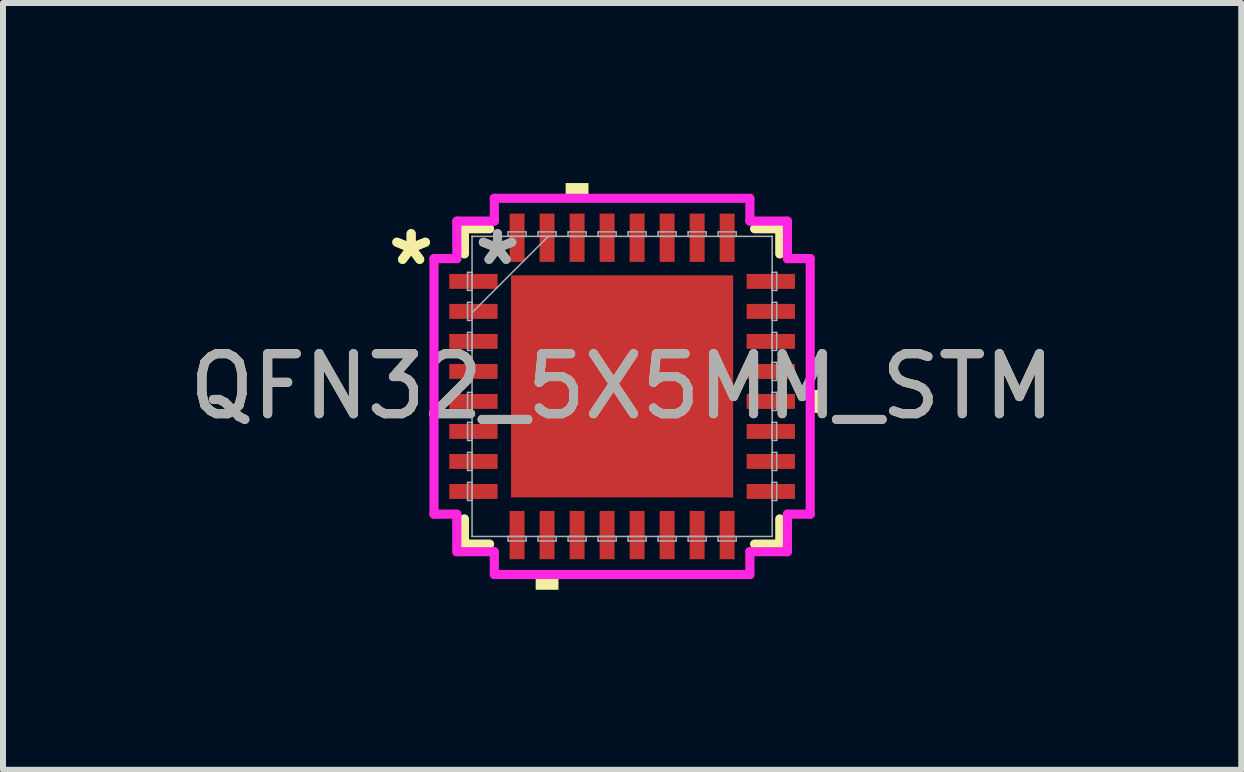
<source format=kicad_pcb>
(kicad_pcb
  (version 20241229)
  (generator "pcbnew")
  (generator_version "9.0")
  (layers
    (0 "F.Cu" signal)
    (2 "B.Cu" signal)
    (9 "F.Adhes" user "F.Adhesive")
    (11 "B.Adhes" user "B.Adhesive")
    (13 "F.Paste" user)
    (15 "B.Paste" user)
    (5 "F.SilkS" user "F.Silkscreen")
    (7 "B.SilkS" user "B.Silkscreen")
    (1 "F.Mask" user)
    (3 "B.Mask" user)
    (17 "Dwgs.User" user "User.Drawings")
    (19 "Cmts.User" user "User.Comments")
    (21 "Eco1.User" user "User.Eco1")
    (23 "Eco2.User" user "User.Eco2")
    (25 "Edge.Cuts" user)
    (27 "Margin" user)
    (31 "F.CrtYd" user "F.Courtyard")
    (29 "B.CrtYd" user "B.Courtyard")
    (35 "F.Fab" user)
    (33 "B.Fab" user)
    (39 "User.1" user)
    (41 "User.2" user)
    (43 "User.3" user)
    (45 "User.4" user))
  (footprint "QFN32_5X5MM_STM"
    (layer "F.Cu")
    (at 7.315 3.388)
    (property "Reference" "QFN32_5X5MM_STM" (at 0 0 0) (unlocked yes) (layer "F.SilkS") (effects (font (size 1 1) (thickness 0.15))))
    (attr smd)
    (fp_line (start -2.627 -2.627) (end -2.627 -2.207) (stroke (width 0.152) (type solid)) (layer "F.SilkS"))
    (fp_line (start -2.627 2.207) (end -2.627 2.627) (stroke (width 0.152) (type solid)) (layer "F.SilkS"))
    (fp_line (start -2.627 2.627) (end -2.207 2.627) (stroke (width 0.152) (type solid)) (layer "F.SilkS"))
    (fp_line (start -2.207 -2.627) (end -2.627 -2.627) (stroke (width 0.152) (type solid)) (layer "F.SilkS"))
    (fp_line (start 2.207 2.627) (end 2.627 2.627) (stroke (width 0.152) (type solid)) (layer "F.SilkS"))
    (fp_line (start 2.627 -2.627) (end 2.207 -2.627) (stroke (width 0.152) (type solid)) (layer "F.SilkS"))
    (fp_line (start 2.627 -2.207) (end 2.627 -2.627) (stroke (width 0.152) (type solid)) (layer "F.SilkS"))
    (fp_line (start 2.627 2.627) (end 2.627 2.207) (stroke (width 0.152) (type solid)) (layer "F.SilkS"))
    (fp_poly (pts (xy -1.44 3.134) (xy -1.44 3.388) (xy -1.06 3.388) (xy -1.06 3.134)) (stroke (width 0) (type solid)) (fill yes) (layer "F.SilkS"))
    (fp_poly (pts (xy -0.941 -3.134) (xy -0.941 -3.388) (xy -0.56 -3.388) (xy -0.56 -3.134)) (stroke (width 0) (type solid)) (fill yes) (layer "F.SilkS"))
    (fp_poly (pts (xy 3.388 0.059) (xy 3.388 0.441) (xy 3.134 0.441) (xy 3.134 0.059)) (stroke (width 0) (type solid)) (fill yes) (layer "F.SilkS"))
    (fp_poly (pts (xy -1.75 -1.75) (xy -1.75 -0.1) (xy -0.1 -0.1) (xy -0.1 -1.75)) (stroke (width 0) (type solid)) (fill yes) (layer "F.Paste"))
    (fp_poly (pts (xy -1.75 0.1) (xy -1.75 1.75) (xy -0.1 1.75) (xy -0.1 0.1)) (stroke (width 0) (type solid)) (fill yes) (layer "F.Paste"))
    (fp_poly (pts (xy 0.1 -1.75) (xy 0.1 -0.1) (xy 1.75 -0.1) (xy 1.75 -1.75)) (stroke (width 0) (type solid)) (fill yes) (layer "F.Paste"))
    (fp_poly (pts (xy 0.1 0.1) (xy 0.1 1.75) (xy 1.75 1.75) (xy 1.75 0.1)) (stroke (width 0) (type solid)) (fill yes) (layer "F.Paste"))
    (fp_line (start -3.134 -2.129) (end -2.754 -2.129) (stroke (width 0.152) (type solid)) (layer "F.CrtYd"))
    (fp_line (start -3.134 2.129) (end -3.134 -2.129) (stroke (width 0.152) (type solid)) (layer "F.CrtYd"))
    (fp_line (start -2.754 -2.754) (end -2.129 -2.754) (stroke (width 0.152) (type solid)) (layer "F.CrtYd"))
    (fp_line (start -2.754 -2.129) (end -2.754 -2.754) (stroke (width 0.152) (type solid)) (layer "F.CrtYd"))
    (fp_line (start -2.754 2.129) (end -3.134 2.129) (stroke (width 0.152) (type solid)) (layer "F.CrtYd"))
    (fp_line (start -2.754 2.754) (end -2.754 2.129) (stroke (width 0.152) (type solid)) (layer "F.CrtYd"))
    (fp_line (start -2.129 -3.134) (end 2.129 -3.134) (stroke (width 0.152) (type solid)) (layer "F.CrtYd"))
    (fp_line (start -2.129 -2.754) (end -2.129 -3.134) (stroke (width 0.152) (type solid)) (layer "F.CrtYd"))
    (fp_line (start -2.129 2.754) (end -2.754 2.754) (stroke (width 0.152) (type solid)) (layer "F.CrtYd"))
    (fp_line (start -2.129 3.134) (end -2.129 2.754) (stroke (width 0.152) (type solid)) (layer "F.CrtYd"))
    (fp_line (start 2.129 -3.134) (end 2.129 -2.754) (stroke (width 0.152) (type solid)) (layer "F.CrtYd"))
    (fp_line (start 2.129 -2.754) (end 2.754 -2.754) (stroke (width 0.152) (type solid)) (layer "F.CrtYd"))
    (fp_line (start 2.129 2.754) (end 2.129 3.134) (stroke (width 0.152) (type solid)) (layer "F.CrtYd"))
    (fp_line (start 2.129 3.134) (end -2.129 3.134) (stroke (width 0.152) (type solid)) (layer "F.CrtYd"))
    (fp_line (start 2.754 -2.754) (end 2.754 -2.129) (stroke (width 0.152) (type solid)) (layer "F.CrtYd"))
    (fp_line (start 2.754 -2.129) (end 3.134 -2.129) (stroke (width 0.152) (type solid)) (layer "F.CrtYd"))
    (fp_line (start 2.754 2.129) (end 2.754 2.754) (stroke (width 0.152) (type solid)) (layer "F.CrtYd"))
    (fp_line (start 2.754 2.754) (end 2.129 2.754) (stroke (width 0.152) (type solid)) (layer "F.CrtYd"))
    (fp_line (start 3.134 -2.129) (end 3.134 2.129) (stroke (width 0.152) (type solid)) (layer "F.CrtYd"))
    (fp_line (start 3.134 2.129) (end 2.754 2.129) (stroke (width 0.152) (type solid)) (layer "F.CrtYd"))
    (fp_line (start -2.575 -1.9) (end -2.575 -1.6) (stroke (width 0.025) (type solid)) (layer "F.Fab"))
    (fp_line (start -2.575 -1.6) (end -2.5 -1.6) (stroke (width 0.025) (type solid)) (layer "F.Fab"))
    (fp_line (start -2.575 -1.4) (end -2.575 -1.1) (stroke (width 0.025) (type solid)) (layer "F.Fab"))
    (fp_line (start -2.575 -1.1) (end -2.5 -1.1) (stroke (width 0.025) (type solid)) (layer "F.Fab"))
    (fp_line (start -2.575 -0.9) (end -2.575 -0.6) (stroke (width 0.025) (type solid)) (layer "F.Fab"))
    (fp_line (start -2.575 -0.6) (end -2.5 -0.6) (stroke (width 0.025) (type solid)) (layer "F.Fab"))
    (fp_line (start -2.575 -0.4) (end -2.575 -0.1) (stroke (width 0.025) (type solid)) (layer "F.Fab"))
    (fp_line (start -2.575 -0.1) (end -2.5 -0.1) (stroke (width 0.025) (type solid)) (layer "F.Fab"))
    (fp_line (start -2.575 0.1) (end -2.575 0.4) (stroke (width 0.025) (type solid)) (layer "F.Fab"))
    (fp_line (start -2.575 0.4) (end -2.5 0.4) (stroke (width 0.025) (type solid)) (layer "F.Fab"))
    (fp_line (start -2.575 0.6) (end -2.575 0.9) (stroke (width 0.025) (type solid)) (layer "F.Fab"))
    (fp_line (start -2.575 0.9) (end -2.5 0.9) (stroke (width 0.025) (type solid)) (layer "F.Fab"))
    (fp_line (start -2.575 1.1) (end -2.575 1.4) (stroke (width 0.025) (type solid)) (layer "F.Fab"))
    (fp_line (start -2.575 1.4) (end -2.5 1.4) (stroke (width 0.025) (type solid)) (layer "F.Fab"))
    (fp_line (start -2.575 1.6) (end -2.575 1.9) (stroke (width 0.025) (type solid)) (layer "F.Fab"))
    (fp_line (start -2.575 1.9) (end -2.5 1.9) (stroke (width 0.025) (type solid)) (layer "F.Fab"))
    (fp_line (start -2.5 -2.5) (end -2.5 -2.5) (stroke (width 0.025) (type solid)) (layer "F.Fab"))
    (fp_line (start -2.5 -2.5) (end -2.5 2.5) (stroke (width 0.025) (type solid)) (layer "F.Fab"))
    (fp_line (start -2.5 -1.9) (end -2.575 -1.9) (stroke (width 0.025) (type solid)) (layer "F.Fab"))
    (fp_line (start -2.5 -1.6) (end -2.5 -1.9) (stroke (width 0.025) (type solid)) (layer "F.Fab"))
    (fp_line (start -2.5 -1.4) (end -2.575 -1.4) (stroke (width 0.025) (type solid)) (layer "F.Fab"))
    (fp_line (start -2.5 -1.23) (end -1.23 -2.5) (stroke (width 0.025) (type solid)) (layer "F.Fab"))
    (fp_line (start -2.5 -1.1) (end -2.5 -1.4) (stroke (width 0.025) (type solid)) (layer "F.Fab"))
    (fp_line (start -2.5 -0.9) (end -2.575 -0.9) (stroke (width 0.025) (type solid)) (layer "F.Fab"))
    (fp_line (start -2.5 -0.6) (end -2.5 -0.9) (stroke (width 0.025) (type solid)) (layer "F.Fab"))
    (fp_line (start -2.5 -0.4) (end -2.575 -0.4) (stroke (width 0.025) (type solid)) (layer "F.Fab"))
    (fp_line (start -2.5 -0.1) (end -2.5 -0.4) (stroke (width 0.025) (type solid)) (layer "F.Fab"))
    (fp_line (start -2.5 0.1) (end -2.575 0.1) (stroke (width 0.025) (type solid)) (layer "F.Fab"))
    (fp_line (start -2.5 0.4) (end -2.5 0.1) (stroke (width 0.025) (type solid)) (layer "F.Fab"))
    (fp_line (start -2.5 0.6) (end -2.575 0.6) (stroke (width 0.025) (type solid)) (layer "F.Fab"))
    (fp_line (start -2.5 0.9) (end -2.5 0.6) (stroke (width 0.025) (type solid)) (layer "F.Fab"))
    (fp_line (start -2.5 1.1) (end -2.575 1.1) (stroke (width 0.025) (type solid)) (layer "F.Fab"))
    (fp_line (start -2.5 1.4) (end -2.5 1.1) (stroke (width 0.025) (type solid)) (layer "F.Fab"))
    (fp_line (start -2.5 1.6) (end -2.575 1.6) (stroke (width 0.025) (type solid)) (layer "F.Fab"))
    (fp_line (start -2.5 1.9) (end -2.5 1.6) (stroke (width 0.025) (type solid)) (layer "F.Fab"))
    (fp_line (start -2.5 2.5) (end -2.5 2.5) (stroke (width 0.025) (type solid)) (layer "F.Fab"))
    (fp_line (start -2.5 2.5) (end 2.5 2.5) (stroke (width 0.025) (type solid)) (layer "F.Fab"))
    (fp_line (start -1.9 -2.575) (end -1.9 -2.5) (stroke (width 0.025) (type solid)) (layer "F.Fab"))
    (fp_line (start -1.9 -2.5) (end -1.6 -2.5) (stroke (width 0.025) (type solid)) (layer "F.Fab"))
    (fp_line (start -1.9 2.5) (end -1.9 2.575) (stroke (width 0.025) (type solid)) (layer "F.Fab"))
    (fp_line (start -1.9 2.575) (end -1.6 2.575) (stroke (width 0.025) (type solid)) (layer "F.Fab"))
    (fp_line (start -1.6 -2.575) (end -1.9 -2.575) (stroke (width 0.025) (type solid)) (layer "F.Fab"))
    (fp_line (start -1.6 -2.5) (end -1.6 -2.575) (stroke (width 0.025) (type solid)) (layer "F.Fab"))
    (fp_line (start -1.6 2.5) (end -1.9 2.5) (stroke (width 0.025) (type solid)) (layer "F.Fab"))
    (fp_line (start -1.6 2.575) (end -1.6 2.5) (stroke (width 0.025) (type solid)) (layer "F.Fab"))
    (fp_line (start -1.4 -2.575) (end -1.4 -2.5) (stroke (width 0.025) (type solid)) (layer "F.Fab"))
    (fp_line (start -1.4 -2.5) (end -1.1 -2.5) (stroke (width 0.025) (type solid)) (layer "F.Fab"))
    (fp_line (start -1.4 2.5) (end -1.4 2.575) (stroke (width 0.025) (type solid)) (layer "F.Fab"))
    (fp_line (start -1.4 2.575) (end -1.1 2.575) (stroke (width 0.025) (type solid)) (layer "F.Fab"))
    (fp_line (start -1.1 -2.575) (end -1.4 -2.575) (stroke (width 0.025) (type solid)) (layer "F.Fab"))
    (fp_line (start -1.1 -2.5) (end -1.1 -2.575) (stroke (width 0.025) (type solid)) (layer "F.Fab"))
    (fp_line (start -1.1 2.5) (end -1.4 2.5) (stroke (width 0.025) (type solid)) (layer "F.Fab"))
    (fp_line (start -1.1 2.575) (end -1.1 2.5) (stroke (width 0.025) (type solid)) (layer "F.Fab"))
    (fp_line (start -0.9 -2.575) (end -0.9 -2.5) (stroke (width 0.025) (type solid)) (layer "F.Fab"))
    (fp_line (start -0.9 -2.5) (end -0.6 -2.5) (stroke (width 0.025) (type solid)) (layer "F.Fab"))
    (fp_line (start -0.9 2.5) (end -0.9 2.575) (stroke (width 0.025) (type solid)) (layer "F.Fab"))
    (fp_line (start -0.9 2.575) (end -0.6 2.575) (stroke (width 0.025) (type solid)) (layer "F.Fab"))
    (fp_line (start -0.6 -2.575) (end -0.9 -2.575) (stroke (width 0.025) (type solid)) (layer "F.Fab"))
    (fp_line (start -0.6 -2.5) (end -0.6 -2.575) (stroke (width 0.025) (type solid)) (layer "F.Fab"))
    (fp_line (start -0.6 2.5) (end -0.9 2.5) (stroke (width 0.025) (type solid)) (layer "F.Fab"))
    (fp_line (start -0.6 2.575) (end -0.6 2.5) (stroke (width 0.025) (type solid)) (layer "F.Fab"))
    (fp_line (start -0.4 -2.575) (end -0.4 -2.5) (stroke (width 0.025) (type solid)) (layer "F.Fab"))
    (fp_line (start -0.4 -2.5) (end -0.1 -2.5) (stroke (width 0.025) (type solid)) (layer "F.Fab"))
    (fp_line (start -0.4 2.5) (end -0.4 2.575) (stroke (width 0.025) (type solid)) (layer "F.Fab"))
    (fp_line (start -0.4 2.575) (end -0.1 2.575) (stroke (width 0.025) (type solid)) (layer "F.Fab"))
    (fp_line (start -0.1 -2.575) (end -0.4 -2.575) (stroke (width 0.025) (type solid)) (layer "F.Fab"))
    (fp_line (start -0.1 -2.5) (end -0.1 -2.575) (stroke (width 0.025) (type solid)) (layer "F.Fab"))
    (fp_line (start -0.1 2.5) (end -0.4 2.5) (stroke (width 0.025) (type solid)) (layer "F.Fab"))
    (fp_line (start -0.1 2.575) (end -0.1 2.5) (stroke (width 0.025) (type solid)) (layer "F.Fab"))
    (fp_line (start 0.1 -2.575) (end 0.1 -2.5) (stroke (width 0.025) (type solid)) (layer "F.Fab"))
    (fp_line (start 0.1 -2.5) (end 0.4 -2.5) (stroke (width 0.025) (type solid)) (layer "F.Fab"))
    (fp_line (start 0.1 2.5) (end 0.1 2.575) (stroke (width 0.025) (type solid)) (layer "F.Fab"))
    (fp_line (start 0.1 2.575) (end 0.4 2.575) (stroke (width 0.025) (type solid)) (layer "F.Fab"))
    (fp_line (start 0.4 -2.575) (end 0.1 -2.575) (stroke (width 0.025) (type solid)) (layer "F.Fab"))
    (fp_line (start 0.4 -2.5) (end 0.4 -2.575) (stroke (width 0.025) (type solid)) (layer "F.Fab"))
    (fp_line (start 0.4 2.5) (end 0.1 2.5) (stroke (width 0.025) (type solid)) (layer "F.Fab"))
    (fp_line (start 0.4 2.575) (end 0.4 2.5) (stroke (width 0.025) (type solid)) (layer "F.Fab"))
    (fp_line (start 0.6 -2.575) (end 0.6 -2.5) (stroke (width 0.025) (type solid)) (layer "F.Fab"))
    (fp_line (start 0.6 -2.5) (end 0.9 -2.5) (stroke (width 0.025) (type solid)) (layer "F.Fab"))
    (fp_line (start 0.6 2.5) (end 0.6 2.575) (stroke (width 0.025) (type solid)) (layer "F.Fab"))
    (fp_line (start 0.6 2.575) (end 0.9 2.575) (stroke (width 0.025) (type solid)) (layer "F.Fab"))
    (fp_line (start 0.9 -2.575) (end 0.6 -2.575) (stroke (width 0.025) (type solid)) (layer "F.Fab"))
    (fp_line (start 0.9 -2.5) (end 0.9 -2.575) (stroke (width 0.025) (type solid)) (layer "F.Fab"))
    (fp_line (start 0.9 2.5) (end 0.6 2.5) (stroke (width 0.025) (type solid)) (layer "F.Fab"))
    (fp_line (start 0.9 2.575) (end 0.9 2.5) (stroke (width 0.025) (type solid)) (layer "F.Fab"))
    (fp_line (start 1.1 -2.575) (end 1.1 -2.5) (stroke (width 0.025) (type solid)) (layer "F.Fab"))
    (fp_line (start 1.1 -2.5) (end 1.4 -2.5) (stroke (width 0.025) (type solid)) (layer "F.Fab"))
    (fp_line (start 1.1 2.5) (end 1.1 2.575) (stroke (width 0.025) (type solid)) (layer "F.Fab"))
    (fp_line (start 1.1 2.575) (end 1.4 2.575) (stroke (width 0.025) (type solid)) (layer "F.Fab"))
    (fp_line (start 1.4 -2.575) (end 1.1 -2.575) (stroke (width 0.025) (type solid)) (layer "F.Fab"))
    (fp_line (start 1.4 -2.5) (end 1.4 -2.575) (stroke (width 0.025) (type solid)) (layer "F.Fab"))
    (fp_line (start 1.4 2.5) (end 1.1 2.5) (stroke (width 0.025) (type solid)) (layer "F.Fab"))
    (fp_line (start 1.4 2.575) (end 1.4 2.5) (stroke (width 0.025) (type solid)) (layer "F.Fab"))
    (fp_line (start 1.6 -2.575) (end 1.6 -2.5) (stroke (width 0.025) (type solid)) (layer "F.Fab"))
    (fp_line (start 1.6 -2.5) (end 1.9 -2.5) (stroke (width 0.025) (type solid)) (layer "F.Fab"))
    (fp_line (start 1.6 2.5) (end 1.6 2.575) (stroke (width 0.025) (type solid)) (layer "F.Fab"))
    (fp_line (start 1.6 2.575) (end 1.9 2.575) (stroke (width 0.025) (type solid)) (layer "F.Fab"))
    (fp_line (start 1.9 -2.575) (end 1.6 -2.575) (stroke (width 0.025) (type solid)) (layer "F.Fab"))
    (fp_line (start 1.9 -2.5) (end 1.9 -2.575) (stroke (width 0.025) (type solid)) (layer "F.Fab"))
    (fp_line (start 1.9 2.5) (end 1.6 2.5) (stroke (width 0.025) (type solid)) (layer "F.Fab"))
    (fp_line (start 1.9 2.575) (end 1.9 2.5) (stroke (width 0.025) (type solid)) (layer "F.Fab"))
    (fp_line (start 2.5 -2.5) (end -2.5 -2.5) (stroke (width 0.025) (type solid)) (layer "F.Fab"))
    (fp_line (start 2.5 -2.5) (end 2.5 -2.5) (stroke (width 0.025) (type solid)) (layer "F.Fab"))
    (fp_line (start 2.5 -1.9) (end 2.5 -1.6) (stroke (width 0.025) (type solid)) (layer "F.Fab"))
    (fp_line (start 2.5 -1.6) (end 2.575 -1.6) (stroke (width 0.025) (type solid)) (layer "F.Fab"))
    (fp_line (start 2.5 -1.4) (end 2.5 -1.1) (stroke (width 0.025) (type solid)) (layer "F.Fab"))
    (fp_line (start 2.5 -1.1) (end 2.575 -1.1) (stroke (width 0.025) (type solid)) (layer "F.Fab"))
    (fp_line (start 2.5 -0.9) (end 2.5 -0.6) (stroke (width 0.025) (type solid)) (layer "F.Fab"))
    (fp_line (start 2.5 -0.6) (end 2.575 -0.6) (stroke (width 0.025) (type solid)) (layer "F.Fab"))
    (fp_line (start 2.5 -0.4) (end 2.5 -0.1) (stroke (width 0.025) (type solid)) (layer "F.Fab"))
    (fp_line (start 2.5 -0.1) (end 2.575 -0.1) (stroke (width 0.025) (type solid)) (layer "F.Fab"))
    (fp_line (start 2.5 0.1) (end 2.5 0.4) (stroke (width 0.025) (type solid)) (layer "F.Fab"))
    (fp_line (start 2.5 0.4) (end 2.575 0.4) (stroke (width 0.025) (type solid)) (layer "F.Fab"))
    (fp_line (start 2.5 0.6) (end 2.5 0.9) (stroke (width 0.025) (type solid)) (layer "F.Fab"))
    (fp_line (start 2.5 0.9) (end 2.575 0.9) (stroke (width 0.025) (type solid)) (layer "F.Fab"))
    (fp_line (start 2.5 1.1) (end 2.5 1.4) (stroke (width 0.025) (type solid)) (layer "F.Fab"))
    (fp_line (start 2.5 1.4) (end 2.575 1.4) (stroke (width 0.025) (type solid)) (layer "F.Fab"))
    (fp_line (start 2.5 1.6) (end 2.5 1.9) (stroke (width 0.025) (type solid)) (layer "F.Fab"))
    (fp_line (start 2.5 1.9) (end 2.575 1.9) (stroke (width 0.025) (type solid)) (layer "F.Fab"))
    (fp_line (start 2.5 2.5) (end 2.5 -2.5) (stroke (width 0.025) (type solid)) (layer "F.Fab"))
    (fp_line (start 2.5 2.5) (end 2.5 2.5) (stroke (width 0.025) (type solid)) (layer "F.Fab"))
    (fp_line (start 2.575 -1.9) (end 2.5 -1.9) (stroke (width 0.025) (type solid)) (layer "F.Fab"))
    (fp_line (start 2.575 -1.6) (end 2.575 -1.9) (stroke (width 0.025) (type solid)) (layer "F.Fab"))
    (fp_line (start 2.575 -1.4) (end 2.5 -1.4) (stroke (width 0.025) (type solid)) (layer "F.Fab"))
    (fp_line (start 2.575 -1.1) (end 2.575 -1.4) (stroke (width 0.025) (type solid)) (layer "F.Fab"))
    (fp_line (start 2.575 -0.9) (end 2.5 -0.9) (stroke (width 0.025) (type solid)) (layer "F.Fab"))
    (fp_line (start 2.575 -0.6) (end 2.575 -0.9) (stroke (width 0.025) (type solid)) (layer "F.Fab"))
    (fp_line (start 2.575 -0.4) (end 2.5 -0.4) (stroke (width 0.025) (type solid)) (layer "F.Fab"))
    (fp_line (start 2.575 -0.1) (end 2.575 -0.4) (stroke (width 0.025) (type solid)) (layer "F.Fab"))
    (fp_line (start 2.575 0.1) (end 2.5 0.1) (stroke (width 0.025) (type solid)) (layer "F.Fab"))
    (fp_line (start 2.575 0.4) (end 2.575 0.1) (stroke (width 0.025) (type solid)) (layer "F.Fab"))
    (fp_line (start 2.575 0.6) (end 2.5 0.6) (stroke (width 0.025) (type solid)) (layer "F.Fab"))
    (fp_line (start 2.575 0.9) (end 2.575 0.6) (stroke (width 0.025) (type solid)) (layer "F.Fab"))
    (fp_line (start 2.575 1.1) (end 2.5 1.1) (stroke (width 0.025) (type solid)) (layer "F.Fab"))
    (fp_line (start 2.575 1.4) (end 2.575 1.1) (stroke (width 0.025) (type solid)) (layer "F.Fab"))
    (fp_line (start 2.575 1.6) (end 2.5 1.6) (stroke (width 0.025) (type solid)) (layer "F.Fab"))
    (fp_line (start 2.575 1.9) (end 2.575 1.6) (stroke (width 0.025) (type solid)) (layer "F.Fab"))
    (fp_text user "*" (at -3.515 -2 0) (layer "F.SilkS") (effects (font (size 1 1) (thickness 0.15))))
    (fp_text user "*" (at -3.515 -2 0) (unlocked yes) (layer "F.SilkS") (effects (font (size 1 1) (thickness 0.15))))
    (fp_text user "*" (at -2.075 -2 0) (unlocked yes) (layer "F.Fab") (effects (font (size 1 1) (thickness 0.15))))
    (fp_text user "${REFERENCE}" (at 0 0 0) (unlocked yes) (layer "F.Fab") (effects (font (size 1 1) (thickness 0.15))))
    (fp_text user "*" (at -2.075 -2 0) (layer "F.Fab") (effects (font (size 1 1) (thickness 0.15))))
    (pad "1" smd rect (at -2.477 -1.75 90) (size 0.249 0.805) (layers "F.Cu" "F.Mask" "F.Paste"))
    (pad "2" smd rect (at -2.477 -1.25 90) (size 0.249 0.805) (layers "F.Cu" "F.Mask" "F.Paste"))
    (pad "3" smd rect (at -2.477 -0.75 90) (size 0.249 0.805) (layers "F.Cu" "F.Mask" "F.Paste"))
    (pad "4" smd rect (at -2.477 -0.25 90) (size 0.249 0.805) (layers "F.Cu" "F.Mask" "F.Paste"))
    (pad "5" smd rect (at -2.477 0.25 90) (size 0.249 0.805) (layers "F.Cu" "F.Mask" "F.Paste"))
    (pad "6" smd rect (at -2.477 0.75 90) (size 0.249 0.805) (layers "F.Cu" "F.Mask" "F.Paste"))
    (pad "7" smd rect (at -2.477 1.25 90) (size 0.249 0.805) (layers "F.Cu" "F.Mask" "F.Paste"))
    (pad "8" smd rect (at -2.477 1.75 90) (size 0.249 0.805) (layers "F.Cu" "F.Mask" "F.Paste"))
    (pad "9" smd rect (at -1.75 2.477) (size 0.249 0.805) (layers "F.Cu" "F.Mask" "F.Paste"))
    (pad "10" smd rect (at -1.25 2.477) (size 0.249 0.805) (layers "F.Cu" "F.Mask" "F.Paste"))
    (pad "11" smd rect (at -0.75 2.477) (size 0.249 0.805) (layers "F.Cu" "F.Mask" "F.Paste"))
    (pad "12" smd rect (at -0.25 2.477) (size 0.249 0.805) (layers "F.Cu" "F.Mask" "F.Paste"))
    (pad "13" smd rect (at 0.25 2.477) (size 0.249 0.805) (layers "F.Cu" "F.Mask" "F.Paste"))
    (pad "14" smd rect (at 0.75 2.477) (size 0.249 0.805) (layers "F.Cu" "F.Mask" "F.Paste"))
    (pad "15" smd rect (at 1.25 2.477) (size 0.249 0.805) (layers "F.Cu" "F.Mask" "F.Paste"))
    (pad "16" smd rect (at 1.75 2.477) (size 0.249 0.805) (layers "F.Cu" "F.Mask" "F.Paste"))
    (pad "17" smd rect (at 2.477 1.75 90) (size 0.249 0.805) (layers "F.Cu" "F.Mask" "F.Paste"))
    (pad "18" smd rect (at 2.477 1.25 90) (size 0.249 0.805) (layers "F.Cu" "F.Mask" "F.Paste"))
    (pad "19" smd rect (at 2.477 0.75 90) (size 0.249 0.805) (layers "F.Cu" "F.Mask" "F.Paste"))
    (pad "20" smd rect (at 2.477 0.25 90) (size 0.249 0.805) (layers "F.Cu" "F.Mask" "F.Paste"))
    (pad "21" smd rect (at 2.477 -0.25 90) (size 0.249 0.805) (layers "F.Cu" "F.Mask" "F.Paste"))
    (pad "22" smd rect (at 2.477 -0.75 90) (size 0.249 0.805) (layers "F.Cu" "F.Mask" "F.Paste"))
    (pad "23" smd rect (at 2.477 -1.25 90) (size 0.249 0.805) (layers "F.Cu" "F.Mask" "F.Paste"))
    (pad "24" smd rect (at 2.477 -1.75 90) (size 0.249 0.805) (layers "F.Cu" "F.Mask" "F.Paste"))
    (pad "25" smd rect (at 1.75 -2.477) (size 0.249 0.805) (layers "F.Cu" "F.Mask" "F.Paste"))
    (pad "26" smd rect (at 1.25 -2.477) (size 0.249 0.805) (layers "F.Cu" "F.Mask" "F.Paste"))
    (pad "27" smd rect (at 0.75 -2.477) (size 0.249 0.805) (layers "F.Cu" "F.Mask" "F.Paste"))
    (pad "28" smd rect (at 0.25 -2.477) (size 0.249 0.805) (layers "F.Cu" "F.Mask" "F.Paste"))
    (pad "29" smd rect (at -0.25 -2.477) (size 0.249 0.805) (layers "F.Cu" "F.Mask" "F.Paste"))
    (pad "30" smd rect (at -0.75 -2.477) (size 0.249 0.805) (layers "F.Cu" "F.Mask" "F.Paste"))
    (pad "31" smd rect (at -1.25 -2.477) (size 0.249 0.805) (layers "F.Cu" "F.Mask" "F.Paste"))
    (pad "32" smd rect (at -1.75 -2.477) (size 0.249 0.805) (layers "F.Cu" "F.Mask" "F.Paste"))
    (pad "33" smd rect (at 0 0) (size 3.7 3.7) (layers "F.Cu" "F.Mask" "F.Paste")))
  (gr_rect
    (start -3 -3)
    (end 17.631 9.776)
    (stroke (width 0.1) (type default))
    (fill no)
    (layer "Edge.Cuts")))
</source>
